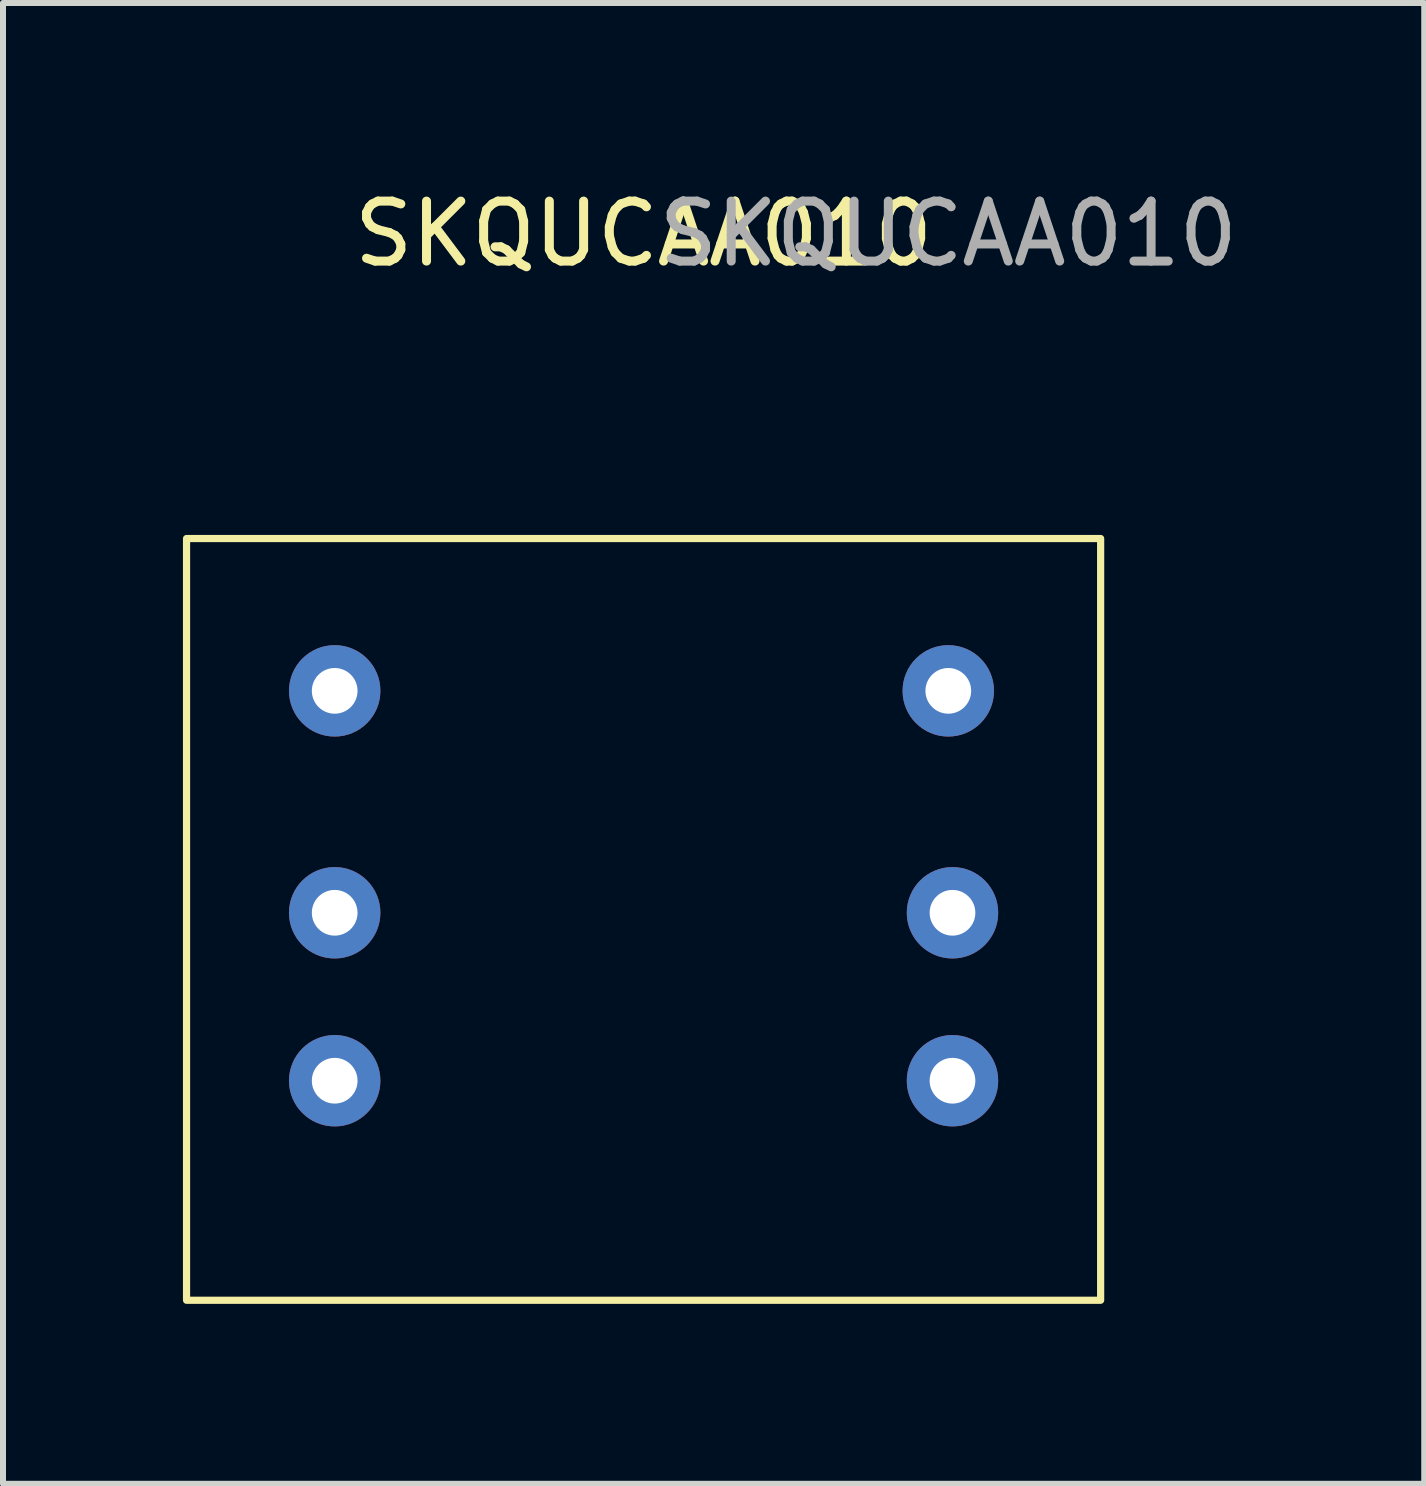
<source format=kicad_pcb>
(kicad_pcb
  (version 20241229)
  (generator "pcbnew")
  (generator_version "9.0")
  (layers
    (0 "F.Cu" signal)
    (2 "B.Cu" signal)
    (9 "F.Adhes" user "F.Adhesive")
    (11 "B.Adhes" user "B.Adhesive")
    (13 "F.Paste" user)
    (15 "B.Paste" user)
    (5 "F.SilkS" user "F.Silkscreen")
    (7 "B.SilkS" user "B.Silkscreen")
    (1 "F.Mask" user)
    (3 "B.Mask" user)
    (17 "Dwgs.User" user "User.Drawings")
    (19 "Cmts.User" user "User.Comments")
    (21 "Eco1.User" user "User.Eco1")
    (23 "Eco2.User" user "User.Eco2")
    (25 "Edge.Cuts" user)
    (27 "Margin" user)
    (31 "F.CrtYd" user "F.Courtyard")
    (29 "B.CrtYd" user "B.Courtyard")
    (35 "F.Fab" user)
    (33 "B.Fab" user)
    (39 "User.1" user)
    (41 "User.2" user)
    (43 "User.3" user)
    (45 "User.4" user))
  (footprint "SKQUCAA010"
    (layer "F.Cu")
    (at 7.68 8.468)
    (property "Reference" "SKQUCAA010" (at 0 -7.62 0) (unlocked yes) (layer "F.SilkS") (effects (font (size 1 1) (thickness 0.15))))
    (attr through_hole)
    (fp_rect (start -7.62 -2.54) (end 7.62 10.16) (stroke (width 0.12) (type solid)) (fill no) (layer "F.SilkS"))
    (fp_text user "${REFERENCE}" (at 5.08 -7.62 0) (unlocked yes) (layer "F.Fab") (effects (font (size 1 1) (thickness 0.15))))
    (pad "1" thru_hole circle (at -5.15 0) (size 1.524 1.524) (drill 0.762) (layers "*.Cu" "*.Mask"))
    (pad "2" thru_hole circle (at -5.15 3.7) (size 1.524 1.524) (drill 0.762) (layers "*.Cu" "*.Mask"))
    (pad "3" thru_hole circle (at -5.15 6.5) (size 1.524 1.524) (drill 0.762) (layers "*.Cu" "*.Mask"))
    (pad "4" thru_hole circle (at 5.15 6.5) (size 1.524 1.524) (drill 0.762) (layers "*.Cu" "*.Mask"))
    (pad "5" thru_hole circle (at 5.15 3.7) (size 1.524 1.524) (drill 0.762) (layers "*.Cu" "*.Mask"))
    (pad "6" thru_hole circle (at 5.08 0) (size 1.524 1.524) (drill 0.762) (layers "*.Cu" "*.Mask")))
  (gr_rect
    (start -3 -3)
    (end 20.695 21.688)
    (stroke (width 0.1) (type default))
    (fill no)
    (layer "Edge.Cuts")))
</source>
